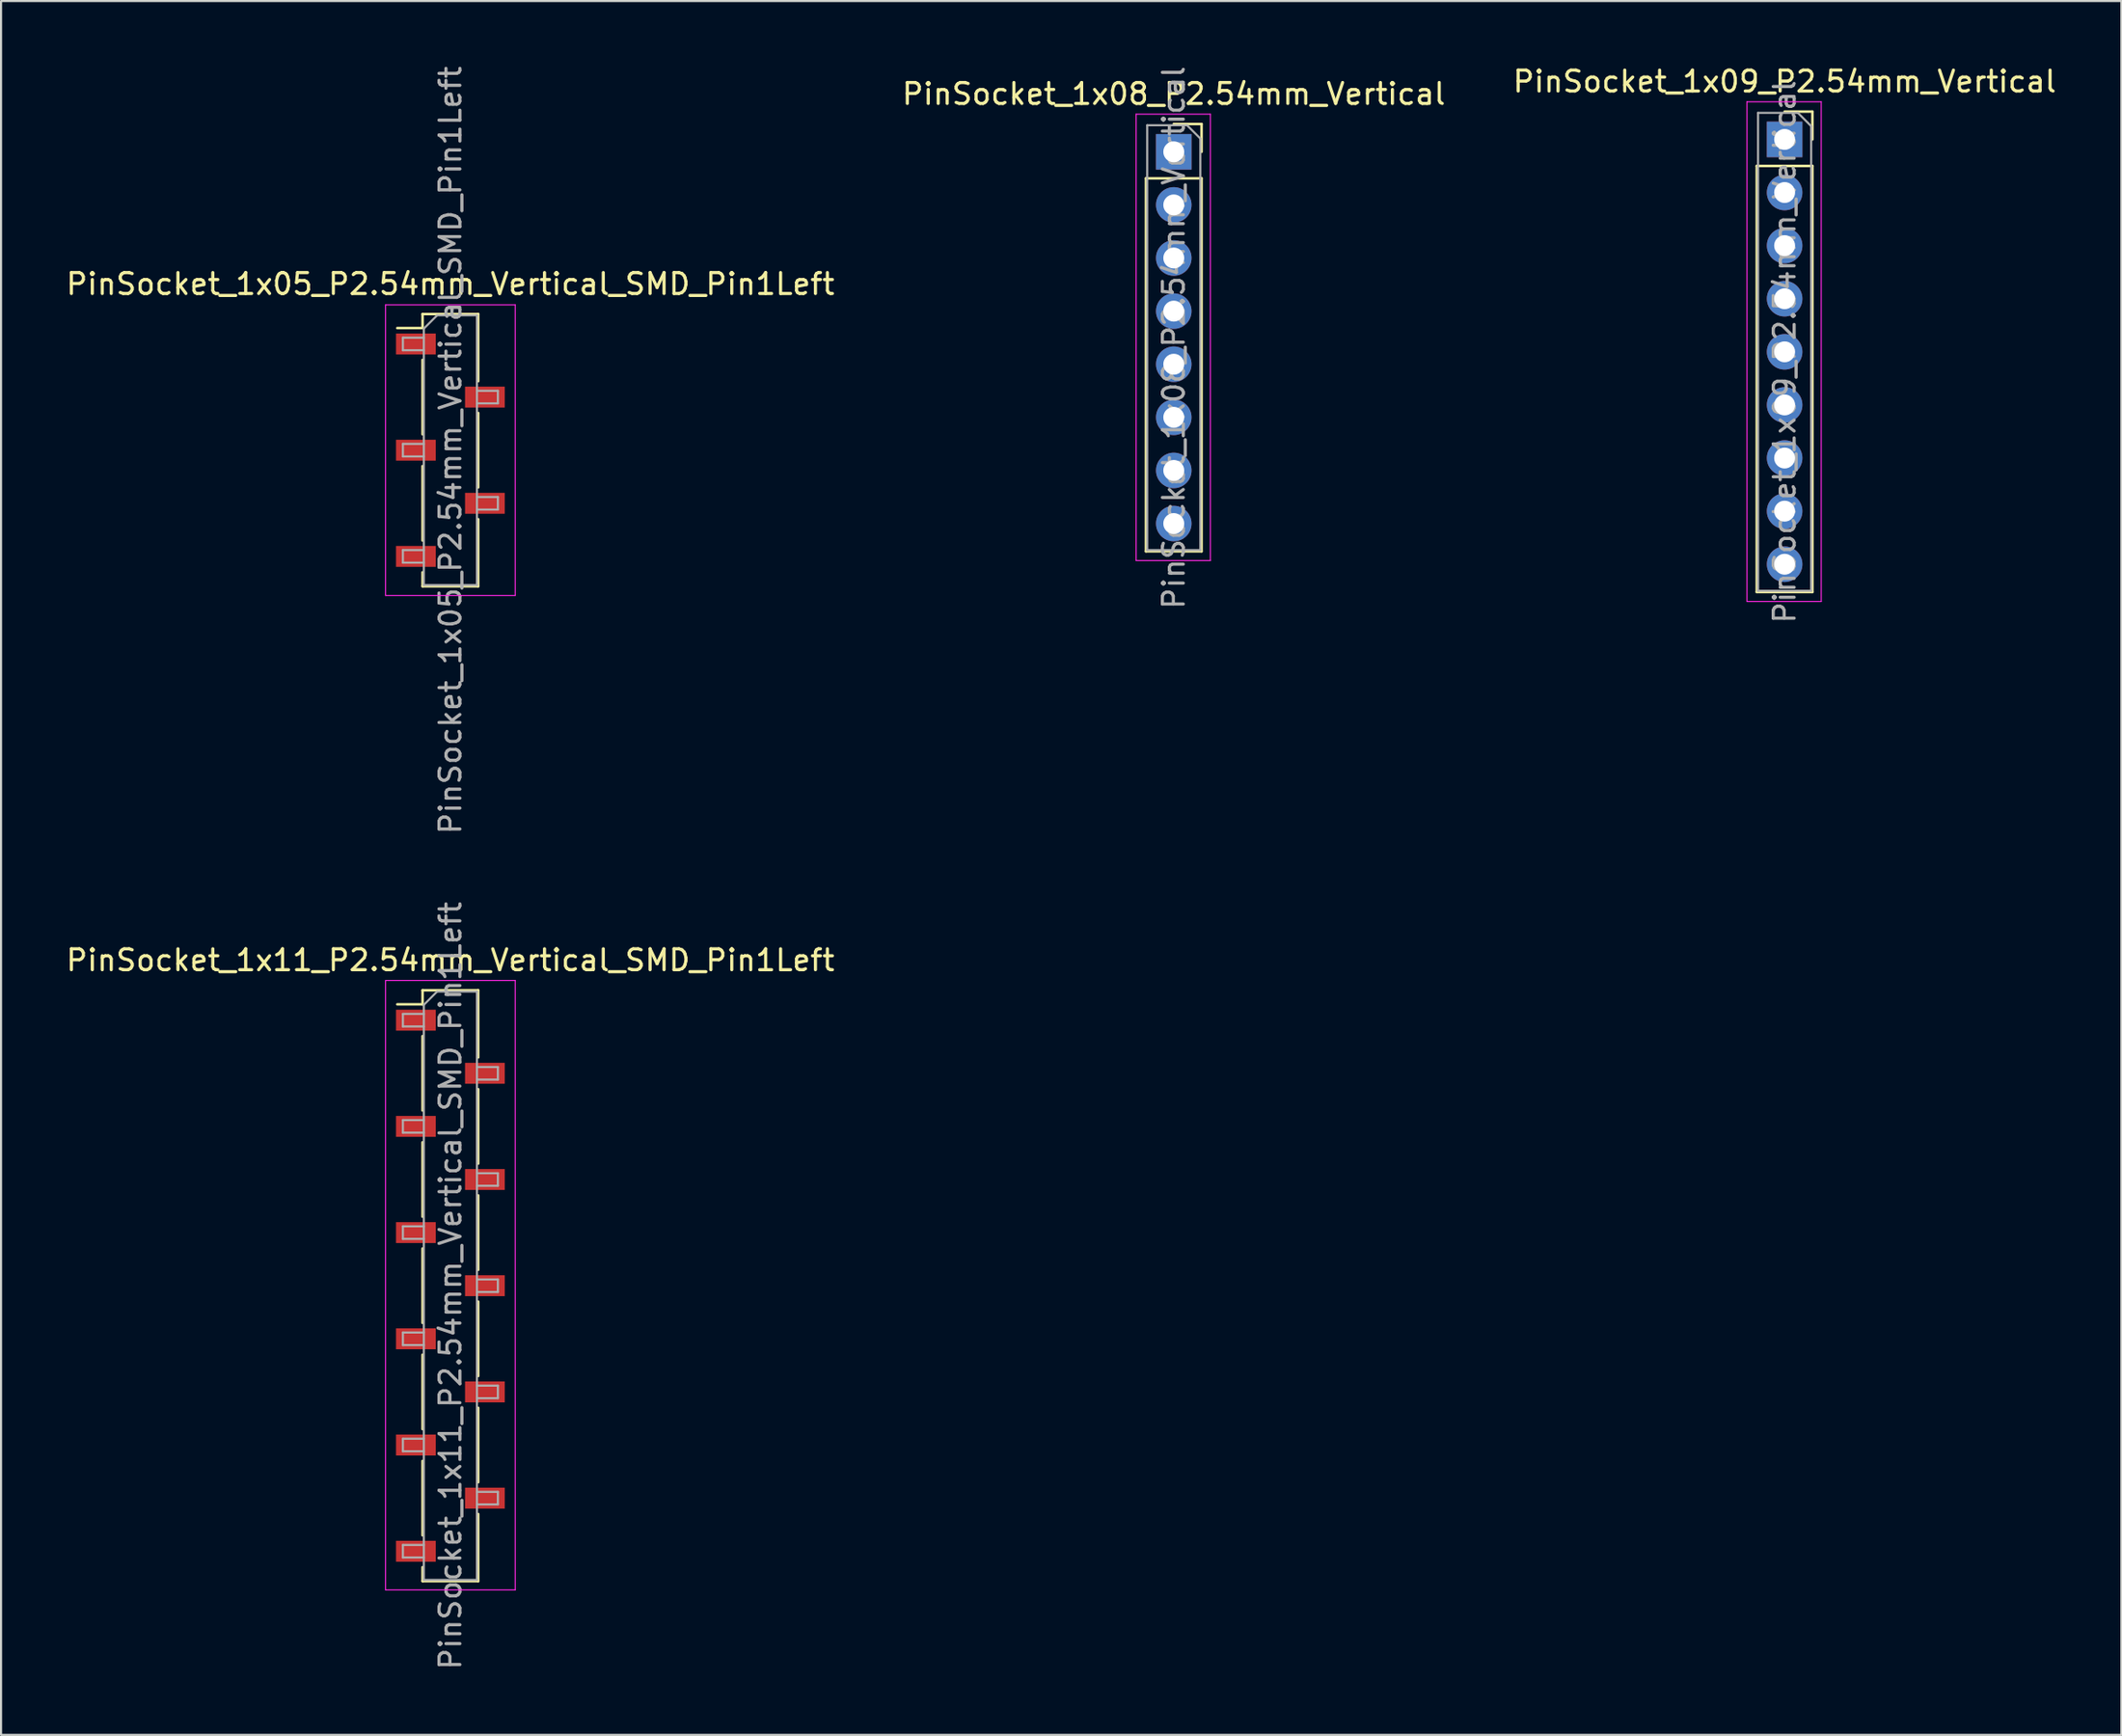
<source format=kicad_pcb>
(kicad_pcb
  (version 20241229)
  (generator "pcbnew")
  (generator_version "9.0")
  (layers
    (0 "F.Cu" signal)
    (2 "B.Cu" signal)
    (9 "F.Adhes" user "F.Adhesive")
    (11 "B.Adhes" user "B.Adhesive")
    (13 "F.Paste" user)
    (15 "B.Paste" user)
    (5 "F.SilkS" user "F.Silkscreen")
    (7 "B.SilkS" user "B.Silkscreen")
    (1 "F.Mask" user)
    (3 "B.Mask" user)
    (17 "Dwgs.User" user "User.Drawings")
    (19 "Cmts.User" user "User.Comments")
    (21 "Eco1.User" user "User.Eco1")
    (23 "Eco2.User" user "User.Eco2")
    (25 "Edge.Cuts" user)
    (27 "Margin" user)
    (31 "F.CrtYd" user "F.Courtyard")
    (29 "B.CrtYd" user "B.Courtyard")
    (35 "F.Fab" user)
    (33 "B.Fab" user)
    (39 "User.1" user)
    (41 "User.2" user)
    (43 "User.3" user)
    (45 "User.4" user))
  (footprint "PinSocket_1x11_P2.54mm_Vertical_SMD_Pin1Left"
    (layer "F.Cu")
    (at 18.482 58.446)
    (property "Reference" "PinSocket_1x11_P2.54mm_Vertical_SMD_Pin1Left" (at 0 -15.57 0) (layer "F.SilkS") (effects (font (size 1 1) (thickness 0.15))))
    (attr smd)
    (fp_line (start -2.54 -13.46) (end -1.33 -13.46) (stroke (width 0.12) (type solid)) (layer "F.SilkS"))
    (fp_line (start -1.33 -14.13) (end -1.33 -13.46) (stroke (width 0.12) (type solid)) (layer "F.SilkS"))
    (fp_line (start -1.33 -14.13) (end 1.33 -14.13) (stroke (width 0.12) (type solid)) (layer "F.SilkS"))
    (fp_line (start -1.33 -11.94) (end -1.33 -8.38) (stroke (width 0.12) (type solid)) (layer "F.SilkS"))
    (fp_line (start -1.33 -6.86) (end -1.33 -3.3) (stroke (width 0.12) (type solid)) (layer "F.SilkS"))
    (fp_line (start -1.33 -1.78) (end -1.33 1.78) (stroke (width 0.12) (type solid)) (layer "F.SilkS"))
    (fp_line (start -1.33 3.3) (end -1.33 6.86) (stroke (width 0.12) (type solid)) (layer "F.SilkS"))
    (fp_line (start -1.33 8.38) (end -1.33 11.94) (stroke (width 0.12) (type solid)) (layer "F.SilkS"))
    (fp_line (start -1.33 13.46) (end -1.33 14.13) (stroke (width 0.12) (type solid)) (layer "F.SilkS"))
    (fp_line (start -1.33 14.13) (end 1.33 14.13) (stroke (width 0.12) (type solid)) (layer "F.SilkS"))
    (fp_line (start 1.33 -14.13) (end 1.33 -10.92) (stroke (width 0.12) (type solid)) (layer "F.SilkS"))
    (fp_line (start 1.33 -9.4) (end 1.33 -5.84) (stroke (width 0.12) (type solid)) (layer "F.SilkS"))
    (fp_line (start 1.33 -4.32) (end 1.33 -0.76) (stroke (width 0.12) (type solid)) (layer "F.SilkS"))
    (fp_line (start 1.33 0.76) (end 1.33 4.32) (stroke (width 0.12) (type solid)) (layer "F.SilkS"))
    (fp_line (start 1.33 5.84) (end 1.33 9.4) (stroke (width 0.12) (type solid)) (layer "F.SilkS"))
    (fp_line (start 1.33 10.92) (end 1.33 14.13) (stroke (width 0.12) (type solid)) (layer "F.SilkS"))
    (fp_line (start -3.1 -14.6) (end 3.1 -14.6) (stroke (width 0.05) (type solid)) (layer "F.CrtYd"))
    (fp_line (start -3.1 14.55) (end -3.1 -14.6) (stroke (width 0.05) (type solid)) (layer "F.CrtYd"))
    (fp_line (start 3.1 -14.6) (end 3.1 14.55) (stroke (width 0.05) (type solid)) (layer "F.CrtYd"))
    (fp_line (start 3.1 14.55) (end -3.1 14.55) (stroke (width 0.05) (type solid)) (layer "F.CrtYd"))
    (fp_line (start -2.27 -13) (end -1.27 -13) (stroke (width 0.1) (type solid)) (layer "F.Fab"))
    (fp_line (start -2.27 -12.4) (end -2.27 -13) (stroke (width 0.1) (type solid)) (layer "F.Fab"))
    (fp_line (start -2.27 -7.92) (end -1.27 -7.92) (stroke (width 0.1) (type solid)) (layer "F.Fab"))
    (fp_line (start -2.27 -7.32) (end -2.27 -7.92) (stroke (width 0.1) (type solid)) (layer "F.Fab"))
    (fp_line (start -2.27 -2.84) (end -1.27 -2.84) (stroke (width 0.1) (type solid)) (layer "F.Fab"))
    (fp_line (start -2.27 -2.24) (end -2.27 -2.84) (stroke (width 0.1) (type solid)) (layer "F.Fab"))
    (fp_line (start -2.27 2.24) (end -1.27 2.24) (stroke (width 0.1) (type solid)) (layer "F.Fab"))
    (fp_line (start -2.27 2.84) (end -2.27 2.24) (stroke (width 0.1) (type solid)) (layer "F.Fab"))
    (fp_line (start -2.27 7.32) (end -1.27 7.32) (stroke (width 0.1) (type solid)) (layer "F.Fab"))
    (fp_line (start -2.27 7.92) (end -2.27 7.32) (stroke (width 0.1) (type solid)) (layer "F.Fab"))
    (fp_line (start -2.27 12.4) (end -1.27 12.4) (stroke (width 0.1) (type solid)) (layer "F.Fab"))
    (fp_line (start -2.27 13) (end -2.27 12.4) (stroke (width 0.1) (type solid)) (layer "F.Fab"))
    (fp_line (start -1.27 -13.435) (end -0.635 -14.07) (stroke (width 0.1) (type solid)) (layer "F.Fab"))
    (fp_line (start -1.27 -12.4) (end -2.27 -12.4) (stroke (width 0.1) (type solid)) (layer "F.Fab"))
    (fp_line (start -1.27 -7.32) (end -2.27 -7.32) (stroke (width 0.1) (type solid)) (layer "F.Fab"))
    (fp_line (start -1.27 -2.24) (end -2.27 -2.24) (stroke (width 0.1) (type solid)) (layer "F.Fab"))
    (fp_line (start -1.27 2.84) (end -2.27 2.84) (stroke (width 0.1) (type solid)) (layer "F.Fab"))
    (fp_line (start -1.27 7.92) (end -2.27 7.92) (stroke (width 0.1) (type solid)) (layer "F.Fab"))
    (fp_line (start -1.27 13) (end -2.27 13) (stroke (width 0.1) (type solid)) (layer "F.Fab"))
    (fp_line (start -1.27 14.07) (end -1.27 -13.435) (stroke (width 0.1) (type solid)) (layer "F.Fab"))
    (fp_line (start -0.635 -14.07) (end 1.27 -14.07) (stroke (width 0.1) (type solid)) (layer "F.Fab"))
    (fp_line (start 1.27 -14.07) (end 1.27 14.07) (stroke (width 0.1) (type solid)) (layer "F.Fab"))
    (fp_line (start 1.27 -10.46) (end 2.27 -10.46) (stroke (width 0.1) (type solid)) (layer "F.Fab"))
    (fp_line (start 1.27 -5.38) (end 2.27 -5.38) (stroke (width 0.1) (type solid)) (layer "F.Fab"))
    (fp_line (start 1.27 -0.3) (end 2.27 -0.3) (stroke (width 0.1) (type solid)) (layer "F.Fab"))
    (fp_line (start 1.27 4.78) (end 2.27 4.78) (stroke (width 0.1) (type solid)) (layer "F.Fab"))
    (fp_line (start 1.27 9.86) (end 2.27 9.86) (stroke (width 0.1) (type solid)) (layer "F.Fab"))
    (fp_line (start 1.27 14.07) (end -1.27 14.07) (stroke (width 0.1) (type solid)) (layer "F.Fab"))
    (fp_line (start 2.27 -10.46) (end 2.27 -9.86) (stroke (width 0.1) (type solid)) (layer "F.Fab"))
    (fp_line (start 2.27 -9.86) (end 1.27 -9.86) (stroke (width 0.1) (type solid)) (layer "F.Fab"))
    (fp_line (start 2.27 -5.38) (end 2.27 -4.78) (stroke (width 0.1) (type solid)) (layer "F.Fab"))
    (fp_line (start 2.27 -4.78) (end 1.27 -4.78) (stroke (width 0.1) (type solid)) (layer "F.Fab"))
    (fp_line (start 2.27 -0.3) (end 2.27 0.3) (stroke (width 0.1) (type solid)) (layer "F.Fab"))
    (fp_line (start 2.27 0.3) (end 1.27 0.3) (stroke (width 0.1) (type solid)) (layer "F.Fab"))
    (fp_line (start 2.27 4.78) (end 2.27 5.38) (stroke (width 0.1) (type solid)) (layer "F.Fab"))
    (fp_line (start 2.27 5.38) (end 1.27 5.38) (stroke (width 0.1) (type solid)) (layer "F.Fab"))
    (fp_line (start 2.27 9.86) (end 2.27 10.46) (stroke (width 0.1) (type solid)) (layer "F.Fab"))
    (fp_line (start 2.27 10.46) (end 1.27 10.46) (stroke (width 0.1) (type solid)) (layer "F.Fab"))
    (fp_text user "${REFERENCE}" (at 0 0 90) (layer "F.Fab") (effects (font (size 1 1) (thickness 0.15))))
    (pad "1" smd rect (at -1.65 -12.7) (size 1.9 1) (layers "F.Cu" "F.Mask" "F.Paste"))
    (pad "2" smd rect (at 1.65 -10.16) (size 1.9 1) (layers "F.Cu" "F.Mask" "F.Paste"))
    (pad "3" smd rect (at -1.65 -7.62) (size 1.9 1) (layers "F.Cu" "F.Mask" "F.Paste"))
    (pad "4" smd rect (at 1.65 -5.08) (size 1.9 1) (layers "F.Cu" "F.Mask" "F.Paste"))
    (pad "5" smd rect (at -1.65 -2.54) (size 1.9 1) (layers "F.Cu" "F.Mask" "F.Paste"))
    (pad "6" smd rect (at 1.65 0) (size 1.9 1) (layers "F.Cu" "F.Mask" "F.Paste"))
    (pad "7" smd rect (at -1.65 2.54) (size 1.9 1) (layers "F.Cu" "F.Mask" "F.Paste"))
    (pad "8" smd rect (at 1.65 5.08) (size 1.9 1) (layers "F.Cu" "F.Mask" "F.Paste"))
    (pad "9" smd rect (at -1.65 7.62) (size 1.9 1) (layers "F.Cu" "F.Mask" "F.Paste"))
    (pad "10" smd rect (at 1.65 10.16) (size 1.9 1) (layers "F.Cu" "F.Mask" "F.Paste"))
    (pad "11" smd rect (at -1.65 12.7) (size 1.9 1) (layers "F.Cu" "F.Mask" "F.Paste")))
  (footprint "PinSocket_1x05_P2.54mm_Vertical_SMD_Pin1Left"
    (layer "F.Cu")
    (at 18.482 18.482)
    (property "Reference" "PinSocket_1x05_P2.54mm_Vertical_SMD_Pin1Left" (at 0 -7.95 0) (layer "F.SilkS") (effects (font (size 1 1) (thickness 0.15))))
    (attr smd)
    (fp_line (start -2.54 -5.84) (end -1.33 -5.84) (stroke (width 0.12) (type solid)) (layer "F.SilkS"))
    (fp_line (start -1.33 -6.51) (end -1.33 -5.84) (stroke (width 0.12) (type solid)) (layer "F.SilkS"))
    (fp_line (start -1.33 -6.51) (end 1.33 -6.51) (stroke (width 0.12) (type solid)) (layer "F.SilkS"))
    (fp_line (start -1.33 -4.32) (end -1.33 -0.76) (stroke (width 0.12) (type solid)) (layer "F.SilkS"))
    (fp_line (start -1.33 0.76) (end -1.33 4.32) (stroke (width 0.12) (type solid)) (layer "F.SilkS"))
    (fp_line (start -1.33 5.84) (end -1.33 6.51) (stroke (width 0.12) (type solid)) (layer "F.SilkS"))
    (fp_line (start -1.33 6.51) (end 1.33 6.51) (stroke (width 0.12) (type solid)) (layer "F.SilkS"))
    (fp_line (start 1.33 -6.51) (end 1.33 -3.3) (stroke (width 0.12) (type solid)) (layer "F.SilkS"))
    (fp_line (start 1.33 -1.78) (end 1.33 1.78) (stroke (width 0.12) (type solid)) (layer "F.SilkS"))
    (fp_line (start 1.33 3.3) (end 1.33 6.51) (stroke (width 0.12) (type solid)) (layer "F.SilkS"))
    (fp_line (start -3.1 -6.95) (end 3.1 -6.95) (stroke (width 0.05) (type solid)) (layer "F.CrtYd"))
    (fp_line (start -3.1 6.95) (end -3.1 -6.95) (stroke (width 0.05) (type solid)) (layer "F.CrtYd"))
    (fp_line (start 3.1 -6.95) (end 3.1 6.95) (stroke (width 0.05) (type solid)) (layer "F.CrtYd"))
    (fp_line (start 3.1 6.95) (end -3.1 6.95) (stroke (width 0.05) (type solid)) (layer "F.CrtYd"))
    (fp_line (start -2.27 -5.38) (end -1.27 -5.38) (stroke (width 0.1) (type solid)) (layer "F.Fab"))
    (fp_line (start -2.27 -4.78) (end -2.27 -5.38) (stroke (width 0.1) (type solid)) (layer "F.Fab"))
    (fp_line (start -2.27 -0.3) (end -1.27 -0.3) (stroke (width 0.1) (type solid)) (layer "F.Fab"))
    (fp_line (start -2.27 0.3) (end -2.27 -0.3) (stroke (width 0.1) (type solid)) (layer "F.Fab"))
    (fp_line (start -2.27 4.78) (end -1.27 4.78) (stroke (width 0.1) (type solid)) (layer "F.Fab"))
    (fp_line (start -2.27 5.38) (end -2.27 4.78) (stroke (width 0.1) (type solid)) (layer "F.Fab"))
    (fp_line (start -1.27 -5.815) (end -0.635 -6.45) (stroke (width 0.1) (type solid)) (layer "F.Fab"))
    (fp_line (start -1.27 -4.78) (end -2.27 -4.78) (stroke (width 0.1) (type solid)) (layer "F.Fab"))
    (fp_line (start -1.27 0.3) (end -2.27 0.3) (stroke (width 0.1) (type solid)) (layer "F.Fab"))
    (fp_line (start -1.27 5.38) (end -2.27 5.38) (stroke (width 0.1) (type solid)) (layer "F.Fab"))
    (fp_line (start -1.27 6.45) (end -1.27 -5.815) (stroke (width 0.1) (type solid)) (layer "F.Fab"))
    (fp_line (start -0.635 -6.45) (end 1.27 -6.45) (stroke (width 0.1) (type solid)) (layer "F.Fab"))
    (fp_line (start 1.27 -6.45) (end 1.27 6.45) (stroke (width 0.1) (type solid)) (layer "F.Fab"))
    (fp_line (start 1.27 -2.84) (end 2.27 -2.84) (stroke (width 0.1) (type solid)) (layer "F.Fab"))
    (fp_line (start 1.27 2.24) (end 2.27 2.24) (stroke (width 0.1) (type solid)) (layer "F.Fab"))
    (fp_line (start 1.27 6.45) (end -1.27 6.45) (stroke (width 0.1) (type solid)) (layer "F.Fab"))
    (fp_line (start 2.27 -2.84) (end 2.27 -2.24) (stroke (width 0.1) (type solid)) (layer "F.Fab"))
    (fp_line (start 2.27 -2.24) (end 1.27 -2.24) (stroke (width 0.1) (type solid)) (layer "F.Fab"))
    (fp_line (start 2.27 2.24) (end 2.27 2.84) (stroke (width 0.1) (type solid)) (layer "F.Fab"))
    (fp_line (start 2.27 2.84) (end 1.27 2.84) (stroke (width 0.1) (type solid)) (layer "F.Fab"))
    (fp_text user "${REFERENCE}" (at 0 0 90) (layer "F.Fab") (effects (font (size 1 1) (thickness 0.15))))
    (pad "1" smd rect (at -1.65 -5.08) (size 1.9 1) (layers "F.Cu" "F.Mask" "F.Paste"))
    (pad "2" smd rect (at 1.65 -2.54) (size 1.9 1) (layers "F.Cu" "F.Mask" "F.Paste"))
    (pad "3" smd rect (at -1.65 0) (size 1.9 1) (layers "F.Cu" "F.Mask" "F.Paste"))
    (pad "4" smd rect (at 1.65 2.54) (size 1.9 1) (layers "F.Cu" "F.Mask" "F.Paste"))
    (pad "5" smd rect (at -1.65 5.08) (size 1.9 1) (layers "F.Cu" "F.Mask" "F.Paste")))
  (footprint "PinSocket_1x09_P2.54mm_Vertical"
    (layer "F.Cu")
    (at 82.268 3.618)
    (property "Reference" "PinSocket_1x09_P2.54mm_Vertical" (at 0 -2.77 0) (layer "F.SilkS") (effects (font (size 1 1) (thickness 0.15))))
    (attr through_hole)
    (fp_line (start -1.33 1.27) (end -1.33 21.65) (stroke (width 0.12) (type solid)) (layer "F.SilkS"))
    (fp_line (start -1.33 1.27) (end 1.33 1.27) (stroke (width 0.12) (type solid)) (layer "F.SilkS"))
    (fp_line (start -1.33 21.65) (end 1.33 21.65) (stroke (width 0.12) (type solid)) (layer "F.SilkS"))
    (fp_line (start 0 -1.33) (end 1.33 -1.33) (stroke (width 0.12) (type solid)) (layer "F.SilkS"))
    (fp_line (start 1.33 -1.33) (end 1.33 0) (stroke (width 0.12) (type solid)) (layer "F.SilkS"))
    (fp_line (start 1.33 1.27) (end 1.33 21.65) (stroke (width 0.12) (type solid)) (layer "F.SilkS"))
    (fp_line (start -1.8 -1.8) (end 1.75 -1.8) (stroke (width 0.05) (type solid)) (layer "F.CrtYd"))
    (fp_line (start -1.8 22.1) (end -1.8 -1.8) (stroke (width 0.05) (type solid)) (layer "F.CrtYd"))
    (fp_line (start 1.75 -1.8) (end 1.75 22.1) (stroke (width 0.05) (type solid)) (layer "F.CrtYd"))
    (fp_line (start 1.75 22.1) (end -1.8 22.1) (stroke (width 0.05) (type solid)) (layer "F.CrtYd"))
    (fp_line (start -1.27 -1.27) (end 0.635 -1.27) (stroke (width 0.1) (type solid)) (layer "F.Fab"))
    (fp_line (start -1.27 21.59) (end -1.27 -1.27) (stroke (width 0.1) (type solid)) (layer "F.Fab"))
    (fp_line (start 0.635 -1.27) (end 1.27 -0.635) (stroke (width 0.1) (type solid)) (layer "F.Fab"))
    (fp_line (start 1.27 -0.635) (end 1.27 21.59) (stroke (width 0.1) (type solid)) (layer "F.Fab"))
    (fp_line (start 1.27 21.59) (end -1.27 21.59) (stroke (width 0.1) (type solid)) (layer "F.Fab"))
    (fp_text user "${REFERENCE}" (at 0 10.16 90) (layer "F.Fab") (effects (font (size 1 1) (thickness 0.15))))
    (pad "1" thru_hole rect (at 0 0) (size 1.7 1.7) (drill 1) (layers "*.Cu" "*.Mask"))
    (pad "2" thru_hole oval (at 0 2.54) (size 1.7 1.7) (drill 1) (layers "*.Cu" "*.Mask"))
    (pad "3" thru_hole oval (at 0 5.08) (size 1.7 1.7) (drill 1) (layers "*.Cu" "*.Mask"))
    (pad "4" thru_hole oval (at 0 7.62) (size 1.7 1.7) (drill 1) (layers "*.Cu" "*.Mask"))
    (pad "5" thru_hole oval (at 0 10.16) (size 1.7 1.7) (drill 1) (layers "*.Cu" "*.Mask"))
    (pad "6" thru_hole oval (at 0 12.7) (size 1.7 1.7) (drill 1) (layers "*.Cu" "*.Mask"))
    (pad "7" thru_hole oval (at 0 15.24) (size 1.7 1.7) (drill 1) (layers "*.Cu" "*.Mask"))
    (pad "8" thru_hole oval (at 0 17.78) (size 1.7 1.7) (drill 1) (layers "*.Cu" "*.Mask"))
    (pad "9" thru_hole oval (at 0 20.32) (size 1.7 1.7) (drill 1) (layers "*.Cu" "*.Mask")))
  (footprint "PinSocket_1x08_P2.54mm_Vertical"
    (layer "F.Cu")
    (at 53.065 4.211)
    (property "Reference" "PinSocket_1x08_P2.54mm_Vertical" (at 0 -2.77 0) (layer "F.SilkS") (effects (font (size 1 1) (thickness 0.15))))
    (attr through_hole)
    (fp_line (start -1.33 1.27) (end -1.33 19.11) (stroke (width 0.12) (type solid)) (layer "F.SilkS"))
    (fp_line (start -1.33 1.27) (end 1.33 1.27) (stroke (width 0.12) (type solid)) (layer "F.SilkS"))
    (fp_line (start -1.33 19.11) (end 1.33 19.11) (stroke (width 0.12) (type solid)) (layer "F.SilkS"))
    (fp_line (start 0 -1.33) (end 1.33 -1.33) (stroke (width 0.12) (type solid)) (layer "F.SilkS"))
    (fp_line (start 1.33 -1.33) (end 1.33 0) (stroke (width 0.12) (type solid)) (layer "F.SilkS"))
    (fp_line (start 1.33 1.27) (end 1.33 19.11) (stroke (width 0.12) (type solid)) (layer "F.SilkS"))
    (fp_line (start -1.8 -1.8) (end 1.75 -1.8) (stroke (width 0.05) (type solid)) (layer "F.CrtYd"))
    (fp_line (start -1.8 19.55) (end -1.8 -1.8) (stroke (width 0.05) (type solid)) (layer "F.CrtYd"))
    (fp_line (start 1.75 -1.8) (end 1.75 19.55) (stroke (width 0.05) (type solid)) (layer "F.CrtYd"))
    (fp_line (start 1.75 19.55) (end -1.8 19.55) (stroke (width 0.05) (type solid)) (layer "F.CrtYd"))
    (fp_line (start -1.27 -1.27) (end 0.635 -1.27) (stroke (width 0.1) (type solid)) (layer "F.Fab"))
    (fp_line (start -1.27 19.05) (end -1.27 -1.27) (stroke (width 0.1) (type solid)) (layer "F.Fab"))
    (fp_line (start 0.635 -1.27) (end 1.27 -0.635) (stroke (width 0.1) (type solid)) (layer "F.Fab"))
    (fp_line (start 1.27 -0.635) (end 1.27 19.05) (stroke (width 0.1) (type solid)) (layer "F.Fab"))
    (fp_line (start 1.27 19.05) (end -1.27 19.05) (stroke (width 0.1) (type solid)) (layer "F.Fab"))
    (fp_text user "${REFERENCE}" (at 0 8.89 90) (layer "F.Fab") (effects (font (size 1 1) (thickness 0.15))))
    (pad "1" thru_hole rect (at 0 0) (size 1.7 1.7) (drill 1) (layers "*.Cu" "*.Mask"))
    (pad "2" thru_hole oval (at 0 2.54) (size 1.7 1.7) (drill 1) (layers "*.Cu" "*.Mask"))
    (pad "3" thru_hole oval (at 0 5.08) (size 1.7 1.7) (drill 1) (layers "*.Cu" "*.Mask"))
    (pad "4" thru_hole oval (at 0 7.62) (size 1.7 1.7) (drill 1) (layers "*.Cu" "*.Mask"))
    (pad "5" thru_hole oval (at 0 10.16) (size 1.7 1.7) (drill 1) (layers "*.Cu" "*.Mask"))
    (pad "6" thru_hole oval (at 0 12.7) (size 1.7 1.7) (drill 1) (layers "*.Cu" "*.Mask"))
    (pad "7" thru_hole oval (at 0 15.24) (size 1.7 1.7) (drill 1) (layers "*.Cu" "*.Mask"))
    (pad "8" thru_hole oval (at 0 17.78) (size 1.7 1.7) (drill 1) (layers "*.Cu" "*.Mask")))
  (gr_rect
    (start -3 -3)
    (end 98.369 79.929)
    (stroke (width 0.1) (type default))
    (fill no)
    (layer "Edge.Cuts")))
</source>
